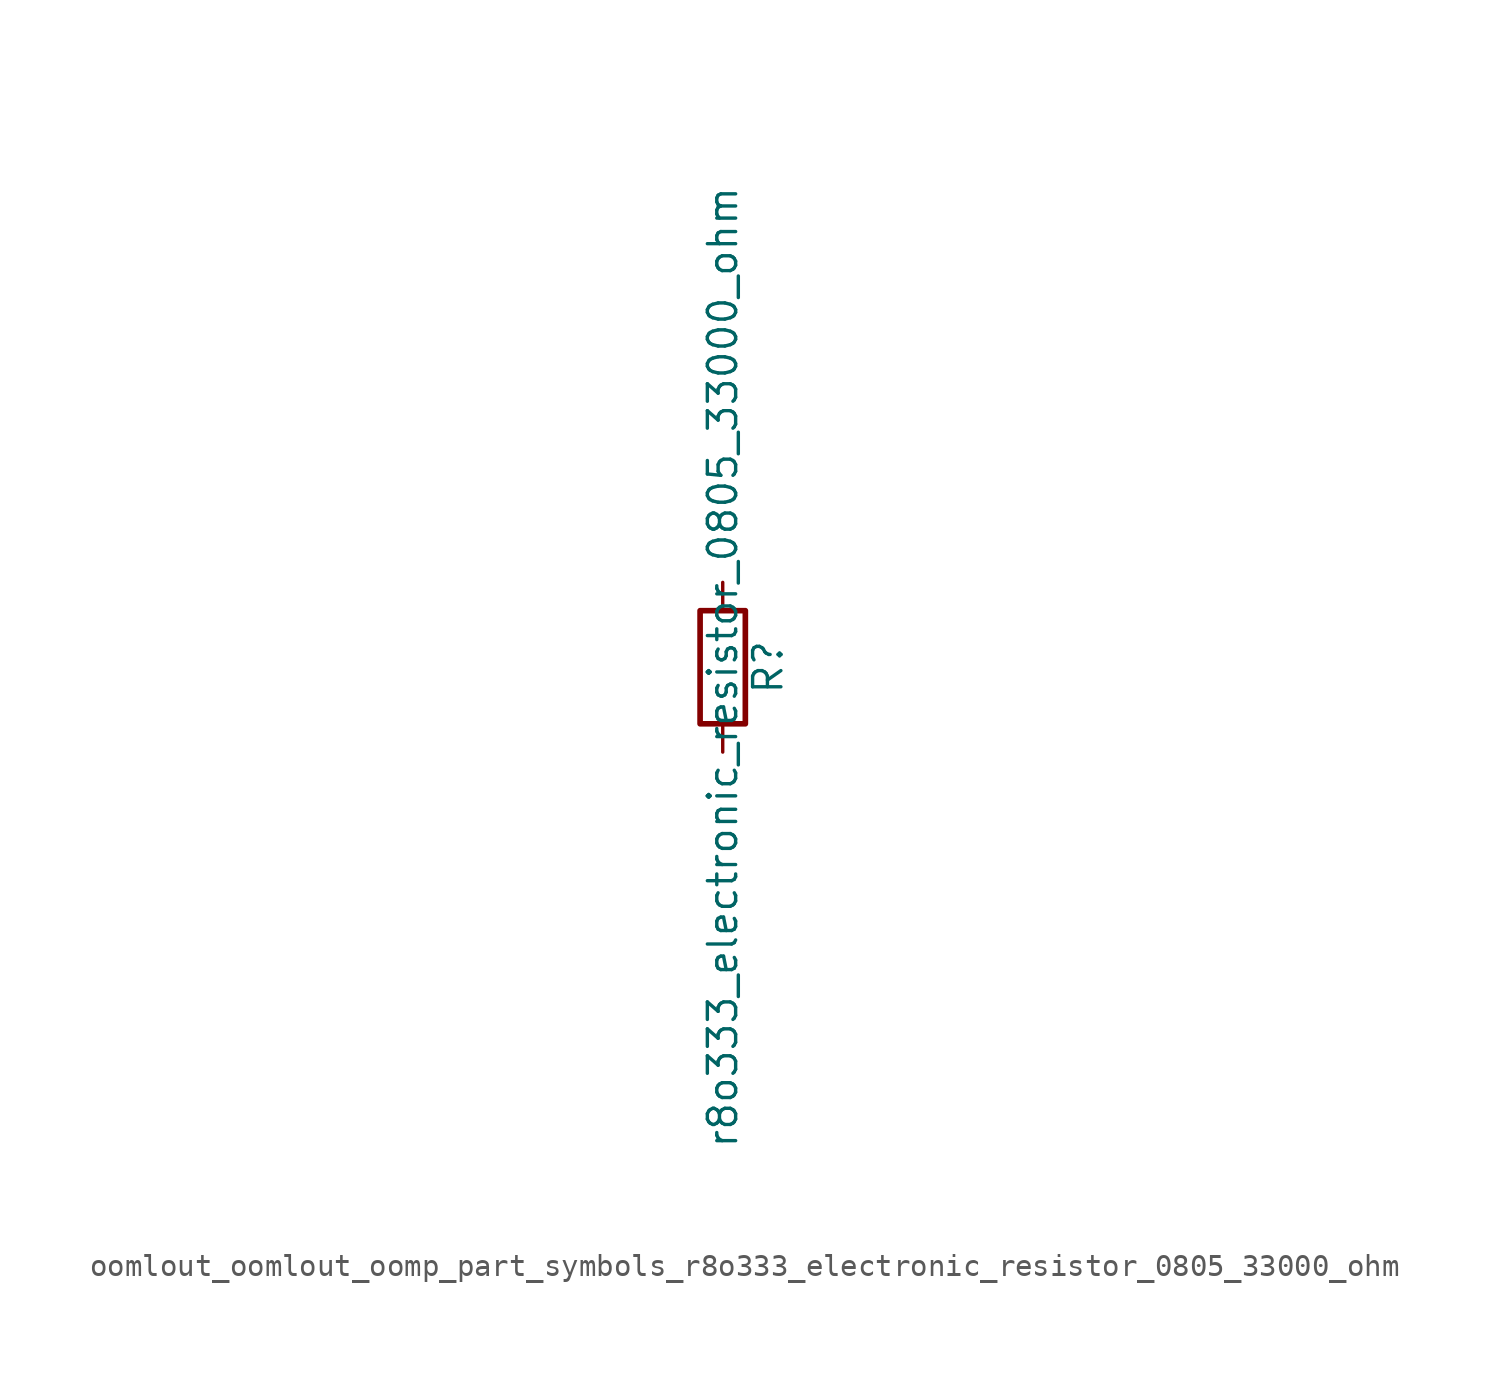
<source format=kicad_sym>
(kicad_symbol_lib
  (version 20220914)
  (generator kicad_symbol_editor)
  (symbol "oomlout_oomlout_oomp_part_symbols_r8o333_electronic_resistor_0805_33000_ohm"
    (pin_numbers hide)
    (pin_names
      (offset 0))
    (property "Reference" "R"
      (at 2.032 0 90)
      (effects (font (size 1.27 1.27))))
    (property "Value" "r8o333_electronic_resistor_0805_33000_ohm"
      (at 0 0 90)
      (effects (font (size 1.27 1.27))))
    (symbol "oomlout_oomlout_oomp_part_symbols_r8o333_electronic_resistor_0805_33000_ohm_0_1"
      (rectangle (start -1.016 -2.54) (end 1.016 2.54) (stroke (width 0.254) (type default)) (fill (type none))))
    (symbol "oomlout_oomlout_oomp_part_symbols_r8o333_electronic_resistor_0805_33000_ohm_1_1"
      (pin passive line (at 0 3.81 270) (length 1.27) (name "~" (effects (font (size 1.27 1.27)))) (number "1" (effects (font (size 1.27 1.27)))))
      (pin passive line (at 0 -3.81 90) (length 1.27) (name "~" (effects (font (size 1.27 1.27)))) (number "2" (effects (font (size 1.27 1.27))))))))
</source>
